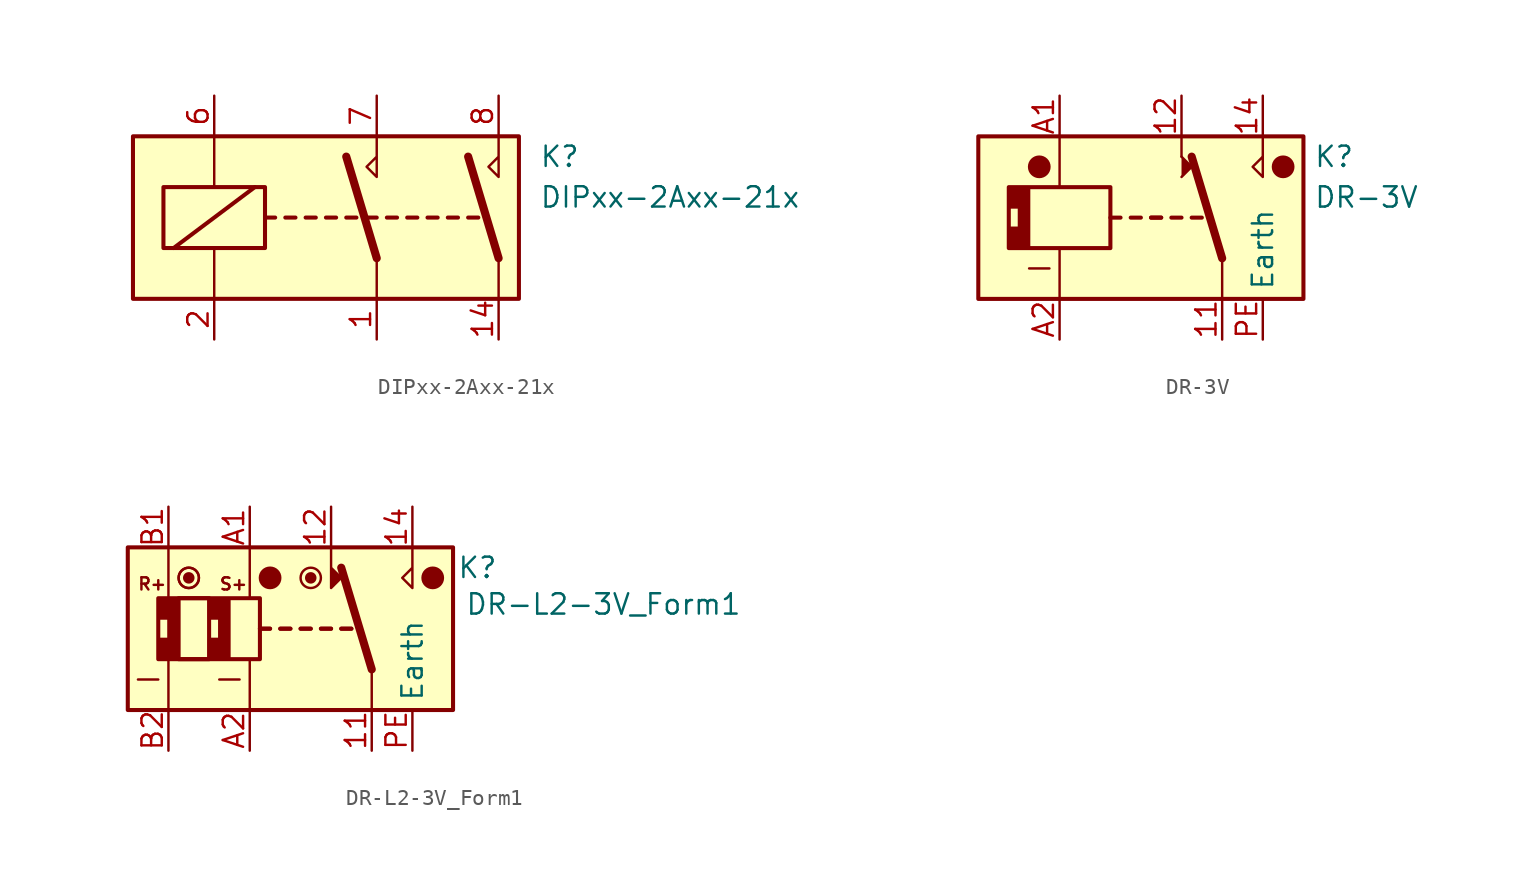
<source format=kicad_sym>
(kicad_symbol_lib
  (version 20241209)
  (generator "kicad_symbol_editor")
  (generator_version "9.0")
  (symbol "DIPxx-2Axx-21x"
    (property "Reference" "K"
      (at 12.7 3.81 0)
      (effects (font (size 1.27 1.27)) (justify left)))
    (property "Value" "DIPxx-2Axx-21x"
      (at 12.7 1.27 0)
      (effects (font (size 1.27 1.27)) (justify left)))
    (symbol "DIPxx-2Axx-21x_0_0"
      (polyline (pts (xy 2.54 5.08) (xy 2.54 2.54) (xy 1.905 3.175) (xy 2.54 3.81)) (stroke (width 0) (type default)) (fill (type none)))
      (polyline (pts (xy 10.16 5.08) (xy 10.16 2.54) (xy 9.525 3.175) (xy 10.16 3.81)) (stroke (width 0) (type default)) (fill (type none))))
    (symbol "DIPxx-2Axx-21x_0_1"
      (rectangle (start -12.7 5.08) (end 11.43 -5.08) (stroke (width 0.254) (type default)) (fill (type background)))
      (rectangle (start -10.795 1.905) (end -4.445 -1.905) (stroke (width 0.254) (type default)) (fill (type none)))
      (polyline (pts (xy -10.16 -1.905) (xy -5.08 1.905)) (stroke (width 0.254) (type default)) (fill (type none)))
      (polyline (pts (xy -7.62 5.08) (xy -7.62 1.905)) (stroke (width 0) (type default)) (fill (type none)))
      (polyline (pts (xy -7.62 -5.08) (xy -7.62 -1.905)) (stroke (width 0) (type default)) (fill (type none)))
      (polyline (pts (xy -4.445 0) (xy -3.81 0)) (stroke (width 0.254) (type default)) (fill (type none)))
      (polyline (pts (xy -3.175 0) (xy -2.54 0)) (stroke (width 0.254) (type default)) (fill (type none)))
      (polyline (pts (xy -1.905 0) (xy -1.27 0)) (stroke (width 0.254) (type default)) (fill (type none)))
      (polyline (pts (xy -0.635 0) (xy 0 0)) (stroke (width 0.254) (type default)) (fill (type none)))
      (polyline (pts (xy 0.635 0) (xy 1.27 0)) (stroke (width 0.254) (type default)) (fill (type none)))
      (polyline (pts (xy 1.905 0) (xy 2.54 0)) (stroke (width 0.254) (type default)) (fill (type none)))
      (polyline (pts (xy 2.54 -2.54) (xy 0.635 3.81)) (stroke (width 0.508) (type default)) (fill (type none)))
      (polyline (pts (xy 2.54 -2.54) (xy 2.54 -5.08)) (stroke (width 0) (type default)) (fill (type none)))
      (polyline (pts (xy 3.175 0) (xy 3.81 0)) (stroke (width 0.254) (type default)) (fill (type none)))
      (polyline (pts (xy 4.445 0) (xy 5.08 0)) (stroke (width 0.254) (type default)) (fill (type none)))
      (polyline (pts (xy 5.715 0) (xy 6.35 0)) (stroke (width 0.254) (type default)) (fill (type none)))
      (polyline (pts (xy 6.985 0) (xy 7.62 0)) (stroke (width 0.254) (type default)) (fill (type none)))
      (polyline (pts (xy 8.255 0) (xy 8.89 0)) (stroke (width 0.254) (type default)) (fill (type none)))
      (polyline (pts (xy 10.16 -2.54) (xy 8.255 3.81)) (stroke (width 0.508) (type default)) (fill (type none)))
      (polyline (pts (xy 10.16 -2.54) (xy 10.16 -5.08)) (stroke (width 0) (type default)) (fill (type none))))
    (symbol "DIPxx-2Axx-21x_1_1"
      (pin passive line (at -7.62 7.62 270) (length 2.54) (name "~" (effects (font (size 1.27 1.27)))) (number "6" (effects (font (size 1.27 1.27)))))
      (pin passive line (at -7.62 -7.62 90) (length 2.54) (name "~" (effects (font (size 1.27 1.27)))) (number "2" (effects (font (size 1.27 1.27)))))
      (pin passive line (at 2.54 7.62 270) (length 2.54) (name "~" (effects (font (size 1.27 1.27)))) (number "7" (effects (font (size 1.27 1.27)))))
      (pin passive line (at 2.54 -7.62 90) (length 2.54) (name "~" (effects (font (size 1.27 1.27)))) (number "1" (effects (font (size 1.27 1.27)))))
      (pin passive line (at 10.16 7.62 270) (length 2.54) (name "~" (effects (font (size 1.27 1.27)))) (number "8" (effects (font (size 1.27 1.27)))))
      (pin passive line (at 10.16 -7.62 90) (length 2.54) (name "~" (effects (font (size 1.27 1.27)))) (number "14" (effects (font (size 1.27 1.27)))))))
  (symbol "DR-3V"
    (property "Reference" "K"
      (at 10.795 3.81 0)
      (effects (font (size 1.27 1.27)) (justify left)))
    (property "Value" "DR-3V"
      (at 10.795 1.27 0)
      (effects (font (size 1.27 1.27)) (justify left)))
    (symbol "DR-3V_0_0"
      (polyline (pts (xy 2.54 3.81) (xy 2.54 5.08)) (stroke (width 0) (type default)) (fill (type none)))
      (polyline (pts (xy 7.62 3.81) (xy 7.62 5.08)) (stroke (width 0) (type default)) (fill (type none)))
      (polyline (pts (xy 7.62 3.81) (xy 7.62 2.54) (xy 6.985 3.175) (xy 7.62 3.81)) (stroke (width 0) (type default)) (fill (type none))))
    (symbol "DR-3V_0_1"
      (rectangle (start -10.16 5.08) (end 10.16 -5.08) (stroke (width 0.254) (type default)) (fill (type background)))
      (rectangle (start -8.255 1.905) (end -1.905 -1.905) (stroke (width 0.254) (type default)) (fill (type none)))
      (circle (center -6.35 3.175) (radius 0.635) (stroke (width 0) (type default)) (fill (type outline)))
      (polyline (pts (xy -5.715 -3.175) (xy -6.985 -3.175)) (stroke (width 0) (type default)) (fill (type none)))
      (polyline (pts (xy -5.08 5.08) (xy -5.08 1.905)) (stroke (width 0) (type default)) (fill (type none)))
      (polyline (pts (xy -5.08 -5.08) (xy -5.08 -1.905)) (stroke (width 0) (type default)) (fill (type none)))
      (polyline (pts (xy -1.905 0) (xy -1.27 0)) (stroke (width 0.254) (type default)) (fill (type none)))
      (polyline (pts (xy -0.635 0) (xy 0 0)) (stroke (width 0.254) (type default)) (fill (type none)))
      (polyline (pts (xy 0.635 0) (xy 1.27 0)) (stroke (width 0.254) (type default)) (fill (type none)))
      (polyline (pts (xy 0.635 0) (xy 1.27 0)) (stroke (width 0.254) (type default)) (fill (type none)))
      (polyline (pts (xy 1.905 0) (xy 2.54 0)) (stroke (width 0.254) (type default)) (fill (type none)))
      (polyline (pts (xy 2.54 2.54) (xy 3.175 3.175) (xy 2.54 3.81)) (stroke (width 0) (type default)) (fill (type outline)))
      (polyline (pts (xy 3.175 0) (xy 3.81 0)) (stroke (width 0.254) (type default)) (fill (type none)))
      (polyline (pts (xy 5.08 -2.54) (xy 3.175 3.81)) (stroke (width 0.508) (type default)) (fill (type none)))
      (polyline (pts (xy 5.08 -2.54) (xy 5.08 -5.08)) (stroke (width 0) (type default)) (fill (type none)))
      (circle (center 8.89 3.175) (radius 0.635) (stroke (width 0) (type default)) (fill (type outline))))
    (symbol "DR-3V_1_1"
      (polyline (pts (xy -8.255 0.635) (xy -7.62 0.635) (xy -7.62 -0.635) (xy -8.255 -0.635) (xy -8.255 -1.905) (xy -6.985 -1.905) (xy -6.985 1.905) (xy -8.255 1.905) (xy -8.255 0.635)) (stroke (width 0) (type default)) (fill (type outline)))
      (pin passive line (at -5.08 7.62 270) (length 2.54) (name "~" (effects (font (size 1.27 1.27)))) (number "A1" (effects (font (size 1.27 1.27)))))
      (pin passive line (at -5.08 -7.62 90) (length 2.54) (name "~" (effects (font (size 1.27 1.27)))) (number "A2" (effects (font (size 1.27 1.27)))))
      (pin passive line (at 2.54 7.62 270) (length 2.54) (name "~" (effects (font (size 1.27 1.27)))) (number "12" (effects (font (size 1.27 1.27)))))
      (pin passive line (at 5.08 -7.62 90) (length 2.54) (name "~" (effects (font (size 1.27 1.27)))) (number "11" (effects (font (size 1.27 1.27)))))
      (pin passive line (at 7.62 7.62 270) (length 2.54) (name "~" (effects (font (size 1.27 1.27)))) (number "14" (effects (font (size 1.27 1.27)))))
      (pin passive line (at 7.62 -7.62 90) (length 2.54) (name "Earth" (effects (font (size 1.27 1.27)))) (number "PE" (effects (font (size 1.27 1.27)))))))
  (symbol "DR-L2-3V_Form1"
    (property "Reference" "K"
      (at 11.684 3.81 0)
      (effects (font (size 1.27 1.27))))
    (property "Value" "DR-L2-3V_Form1"
      (at 19.558 1.524 0)
      (effects (font (size 1.27 1.27))))
    (symbol "DR-L2-3V_Form1_0_0"
      (polyline (pts (xy 2.54 5.08) (xy 2.54 2.54) (xy 3.175 3.175) (xy 2.54 3.81)) (stroke (width 0) (type default)) (fill (type outline)))
      (polyline (pts (xy 7.62 5.08) (xy 7.62 2.54) (xy 6.985 3.175) (xy 7.62 3.81)) (stroke (width 0) (type default)) (fill (type none))))
    (symbol "DR-L2-3V_Form1_0_1"
      (polyline (pts (xy -8.255 -3.175) (xy -9.525 -3.175)) (stroke (width 0) (type default)) (fill (type none)))
      (polyline (pts (xy -7.62 5.08) (xy -7.62 1.905)) (stroke (width 0) (type default)) (fill (type none)))
      (polyline (pts (xy -7.62 -5.08) (xy -7.62 -1.905)) (stroke (width 0) (type default)) (fill (type none)))
      (circle (center -6.35 3.175) (radius 0.284) (stroke (width 0) (type default)) (fill (type outline)))
      (circle (center -6.35 3.175) (radius 0.635) (stroke (width 0) (type default)) (fill (type none)))
      (circle (center -6.35 3.175) (radius 0.635) (stroke (width 0) (type default)) (fill (type none)))
      (polyline (pts (xy -3.175 -3.175) (xy -4.445 -3.175)) (stroke (width 0) (type default)) (fill (type none)))
      (polyline (pts (xy -2.54 5.08) (xy -2.54 1.905)) (stroke (width 0) (type default)) (fill (type none)))
      (polyline (pts (xy -2.54 -5.08) (xy -2.54 -1.905)) (stroke (width 0) (type default)) (fill (type none)))
      (polyline (pts (xy -1.905 0) (xy -1.27 0)) (stroke (width 0.254) (type default)) (fill (type none)))
      (polyline (pts (xy -1.905 0) (xy -1.27 0)) (stroke (width 0.254) (type default)) (fill (type none)))
      (circle (center -1.27 3.175) (radius 0.635) (stroke (width 0) (type default)) (fill (type outline)))
      (polyline (pts (xy -0.635 0) (xy 0 0)) (stroke (width 0.254) (type default)) (fill (type none)))
      (polyline (pts (xy -0.635 0) (xy 0 0)) (stroke (width 0.254) (type default)) (fill (type none)))
      (polyline (pts (xy 0.635 0) (xy 1.27 0)) (stroke (width 0.254) (type default)) (fill (type none)))
      (polyline (pts (xy 0.635 0) (xy 1.27 0)) (stroke (width 0.254) (type default)) (fill (type none)))
      (circle (center 1.27 3.175) (radius 0.284) (stroke (width 0) (type default)) (fill (type outline)))
      (circle (center 1.27 3.175) (radius 0.635) (stroke (width 0) (type default)) (fill (type none)))
      (polyline (pts (xy 1.905 0) (xy 2.54 0)) (stroke (width 0.254) (type default)) (fill (type none)))
      (polyline (pts (xy 1.905 0) (xy 2.54 0)) (stroke (width 0.254) (type default)) (fill (type none)))
      (polyline (pts (xy 3.175 0) (xy 3.81 0)) (stroke (width 0.254) (type default)) (fill (type none)))
      (polyline (pts (xy 3.175 0) (xy 3.81 0)) (stroke (width 0.254) (type default)) (fill (type none)))
      (polyline (pts (xy 5.08 -2.54) (xy 3.175 3.81)) (stroke (width 0.508) (type default)) (fill (type none)))
      (polyline (pts (xy 5.08 -2.54) (xy 5.08 -5.08)) (stroke (width 0) (type default)) (fill (type none)))
      (circle (center 8.89 3.175) (radius 0.635) (stroke (width 0) (type default)) (fill (type outline))))
    (symbol "DR-L2-3V_Form1_1_0"
      (text "R+" (at -8.636 2.794 0) (effects (font (size 0.762 0.762))))
      (text "S+" (at -3.556 2.794 0) (effects (font (size 0.762 0.762)))))
    (symbol "DR-L2-3V_Form1_1_1"
      (rectangle (start -10.16 5.08) (end 10.16 -5.08) (stroke (width 0.254) (type default)) (fill (type background)))
      (rectangle (start -8.255 1.905) (end -1.905 -1.905) (stroke (width 0.254) (type default)) (fill (type none)))
      (polyline (pts (xy -8.255 0.635) (xy -7.62 0.635) (xy -7.62 -0.635) (xy -8.255 -0.635) (xy -8.255 -1.905) (xy -6.985 -1.905) (xy -6.985 1.905) (xy -8.255 1.905) (xy -8.255 0.635)) (stroke (width 0) (type default)) (fill (type outline)))
      (rectangle (start -6.985 1.905) (end -5.08 -1.905) (stroke (width 0.254) (type default)) (fill (type none)))
      (polyline (pts (xy -5.08 0.635) (xy -4.445 0.635) (xy -4.445 -0.635) (xy -5.08 -0.635) (xy -5.08 -1.905) (xy -3.81 -1.905) (xy -3.81 1.905) (xy -5.08 1.905) (xy -5.08 0.635)) (stroke (width 0) (type default)) (fill (type outline)))
      (pin passive line (at -7.62 7.62 270) (length 2.54) (name "~" (effects (font (size 1.27 1.27)))) (number "B1" (effects (font (size 1.27 1.27)))))
      (pin passive line (at -7.62 -7.62 90) (length 2.54) (name "~" (effects (font (size 1.27 1.27)))) (number "B2" (effects (font (size 1.27 1.27)))))
      (pin passive line (at -2.54 7.62 270) (length 2.54) (name "~" (effects (font (size 1.27 1.27)))) (number "A1" (effects (font (size 1.27 1.27)))))
      (pin passive line (at -2.54 -7.62 90) (length 2.54) (name "~" (effects (font (size 1.27 1.27)))) (number "A2" (effects (font (size 1.27 1.27)))))
      (pin passive line (at 2.54 7.62 270) (length 2.54) (name "~" (effects (font (size 1.27 1.27)))) (number "12" (effects (font (size 1.27 1.27)))))
      (pin passive line (at 5.08 -7.62 90) (length 2.54) (name "~" (effects (font (size 1.27 1.27)))) (number "11" (effects (font (size 1.27 1.27)))))
      (pin passive line (at 7.62 7.62 270) (length 2.54) (name "~" (effects (font (size 1.27 1.27)))) (number "14" (effects (font (size 1.27 1.27)))))
      (pin passive line (at 7.62 -7.62 90) (length 2.54) (name "Earth" (effects (font (size 1.27 1.27)))) (number "PE" (effects (font (size 1.27 1.27))))))))
</source>
